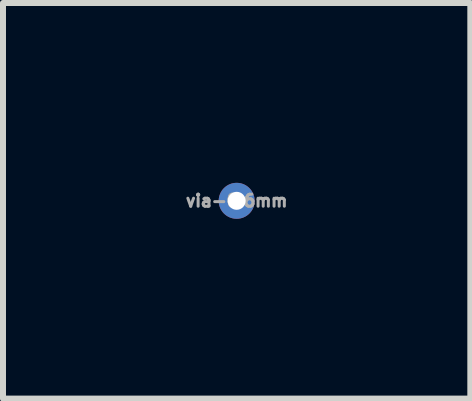
<source format=kicad_pcb>
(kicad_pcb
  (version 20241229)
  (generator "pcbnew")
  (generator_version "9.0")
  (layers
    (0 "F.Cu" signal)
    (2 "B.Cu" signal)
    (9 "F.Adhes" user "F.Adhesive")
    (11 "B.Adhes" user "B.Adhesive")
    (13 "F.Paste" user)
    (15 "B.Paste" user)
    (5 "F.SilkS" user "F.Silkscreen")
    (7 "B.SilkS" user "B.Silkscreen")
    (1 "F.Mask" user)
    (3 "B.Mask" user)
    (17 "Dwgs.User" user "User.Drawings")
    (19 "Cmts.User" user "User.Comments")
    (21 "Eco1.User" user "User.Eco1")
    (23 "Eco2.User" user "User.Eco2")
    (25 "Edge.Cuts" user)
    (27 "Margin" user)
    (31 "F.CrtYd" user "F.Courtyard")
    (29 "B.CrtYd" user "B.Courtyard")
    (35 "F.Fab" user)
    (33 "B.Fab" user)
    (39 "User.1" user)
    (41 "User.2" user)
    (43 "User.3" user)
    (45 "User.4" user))
  (footprint "via-0.6mm"
    (layer "F.Cu")
    (at 0.898 0.3)
    (property "Reference" "via-0.6mm" (at 0 0 0) (layer "F.Fab") (effects (font (size 0.2 0.2) (thickness 0.05))))
    (attr through_hole)
    (pad "1" thru_hole circle (at 0 0) (size 0.6 0.6) (drill 0.3) (layers "*.Cu")))
  (gr_rect
    (start -3 -3)
    (end 4.796 3.6)
    (stroke (width 0.1) (type default))
    (fill no)
    (layer "Edge.Cuts")))
</source>
